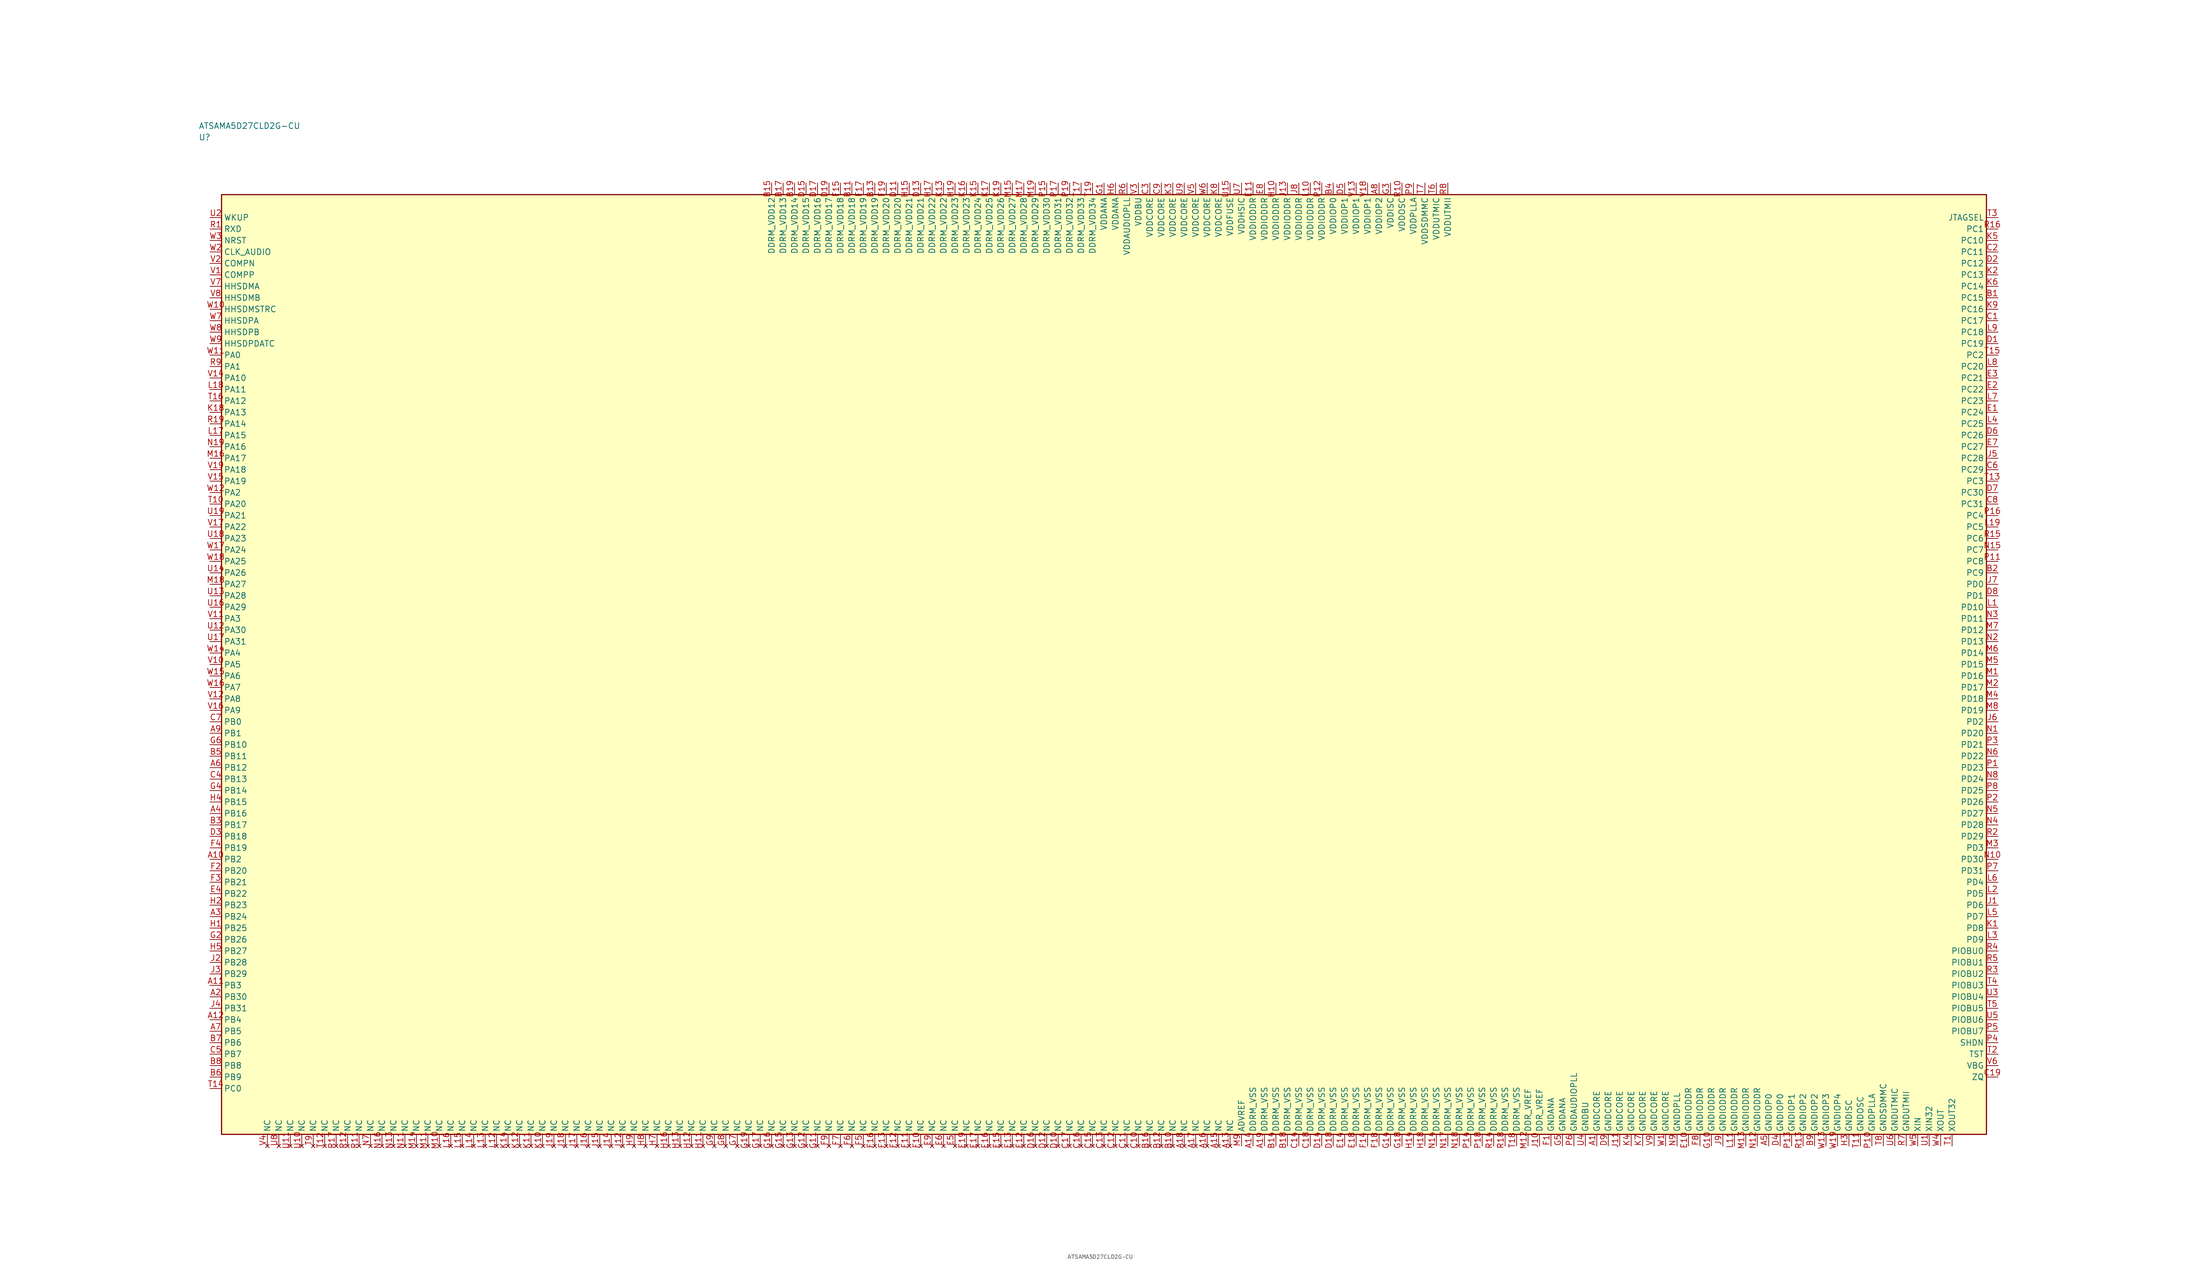
<source format=kicad_sym>
(kicad_symbol_lib
  (version 20241025)
  (generator "kicad_symbol_editor")
  (generator_version "8.0")
  (symbol "ATSAMA5D27CLD2G-CU"
    (property "Reference" "U"
      (at -197.5 115.0 0)
      (effects (font (size 1.27 1.27)) (justify left)))
    (property "Value" "ATSAMA5D27CLD2G-CU"
      (at -197.5 117.5 0)
      (effects (font (size 1.27 1.27)) (justify left)))
    (symbol "ATSAMA5D27CLD2G-CU_0_1"
      (rectangle (start -192.5 102.5) (end 192.5 -102.5) (stroke (width 0.254) (type default)) (fill (type background))))
    (symbol "ATSAMA5D27CLD2G-CU_1_1"
      (pin bidirectional line (at -195.04 67.5 0.0) (length 2.54) (name "PA0" (effects (font (size 1.27 1.27)))) (number "W11" (effects (font (size 1.27 1.27)))))
      (pin bidirectional line (at -195.04 65.0 0.0) (length 2.54) (name "PA1" (effects (font (size 1.27 1.27)))) (number "R9" (effects (font (size 1.27 1.27)))))
      (pin bidirectional line (at -195.04 37.5 0.0) (length 2.54) (name "PA2" (effects (font (size 1.27 1.27)))) (number "W12" (effects (font (size 1.27 1.27)))))
      (pin bidirectional line (at -195.04 10.0 0.0) (length 2.54) (name "PA3" (effects (font (size 1.27 1.27)))) (number "V11" (effects (font (size 1.27 1.27)))))
      (pin bidirectional line (at -195.04 2.5 0.0) (length 2.54) (name "PA4" (effects (font (size 1.27 1.27)))) (number "W14" (effects (font (size 1.27 1.27)))))
      (pin bidirectional line (at -195.04 0.0 0.0) (length 2.54) (name "PA5" (effects (font (size 1.27 1.27)))) (number "V10" (effects (font (size 1.27 1.27)))))
      (pin bidirectional line (at -195.04 -2.5 0.0) (length 2.54) (name "PA6" (effects (font (size 1.27 1.27)))) (number "W15" (effects (font (size 1.27 1.27)))))
      (pin bidirectional line (at -195.04 -5.0 0.0) (length 2.54) (name "PA7" (effects (font (size 1.27 1.27)))) (number "W16" (effects (font (size 1.27 1.27)))))
      (pin bidirectional line (at -195.04 -7.5 0.0) (length 2.54) (name "PA8" (effects (font (size 1.27 1.27)))) (number "V12" (effects (font (size 1.27 1.27)))))
      (pin bidirectional line (at -195.04 -10.0 0.0) (length 2.54) (name "PA9" (effects (font (size 1.27 1.27)))) (number "V16" (effects (font (size 1.27 1.27)))))
      (pin bidirectional line (at -195.04 62.5 0.0) (length 2.54) (name "PA10" (effects (font (size 1.27 1.27)))) (number "V14" (effects (font (size 1.27 1.27)))))
      (pin bidirectional line (at -195.04 60.0 0.0) (length 2.54) (name "PA11" (effects (font (size 1.27 1.27)))) (number "L18" (effects (font (size 1.27 1.27)))))
      (pin bidirectional line (at -195.04 57.5 0.0) (length 2.54) (name "PA12" (effects (font (size 1.27 1.27)))) (number "T16" (effects (font (size 1.27 1.27)))))
      (pin bidirectional line (at -195.04 55.0 0.0) (length 2.54) (name "PA13" (effects (font (size 1.27 1.27)))) (number "K18" (effects (font (size 1.27 1.27)))))
      (pin bidirectional line (at -195.04 52.5 0.0) (length 2.54) (name "PA14" (effects (font (size 1.27 1.27)))) (number "R19" (effects (font (size 1.27 1.27)))))
      (pin bidirectional line (at -195.04 50.0 0.0) (length 2.54) (name "PA15" (effects (font (size 1.27 1.27)))) (number "L17" (effects (font (size 1.27 1.27)))))
      (pin bidirectional line (at -195.04 47.5 0.0) (length 2.54) (name "PA16" (effects (font (size 1.27 1.27)))) (number "N19" (effects (font (size 1.27 1.27)))))
      (pin bidirectional line (at -195.04 45.0 0.0) (length 2.54) (name "PA17" (effects (font (size 1.27 1.27)))) (number "M16" (effects (font (size 1.27 1.27)))))
      (pin bidirectional line (at -195.04 42.5 0.0) (length 2.54) (name "PA18" (effects (font (size 1.27 1.27)))) (number "V19" (effects (font (size 1.27 1.27)))))
      (pin bidirectional line (at -195.04 40.0 0.0) (length 2.54) (name "PA19" (effects (font (size 1.27 1.27)))) (number "V15" (effects (font (size 1.27 1.27)))))
      (pin bidirectional line (at -195.04 35.0 0.0) (length 2.54) (name "PA20" (effects (font (size 1.27 1.27)))) (number "T10" (effects (font (size 1.27 1.27)))))
      (pin bidirectional line (at -195.04 32.5 0.0) (length 2.54) (name "PA21" (effects (font (size 1.27 1.27)))) (number "U19" (effects (font (size 1.27 1.27)))))
      (pin bidirectional line (at -195.04 30.0 0.0) (length 2.54) (name "PA22" (effects (font (size 1.27 1.27)))) (number "V17" (effects (font (size 1.27 1.27)))))
      (pin bidirectional line (at -195.04 27.5 0.0) (length 2.54) (name "PA23" (effects (font (size 1.27 1.27)))) (number "U18" (effects (font (size 1.27 1.27)))))
      (pin bidirectional line (at -195.04 25.0 0.0) (length 2.54) (name "PA24" (effects (font (size 1.27 1.27)))) (number "W17" (effects (font (size 1.27 1.27)))))
      (pin bidirectional line (at -195.04 22.5 0.0) (length 2.54) (name "PA25" (effects (font (size 1.27 1.27)))) (number "W18" (effects (font (size 1.27 1.27)))))
      (pin bidirectional line (at -195.04 20.0 0.0) (length 2.54) (name "PA26" (effects (font (size 1.27 1.27)))) (number "U14" (effects (font (size 1.27 1.27)))))
      (pin bidirectional line (at -195.04 17.5 0.0) (length 2.54) (name "PA27" (effects (font (size 1.27 1.27)))) (number "M18" (effects (font (size 1.27 1.27)))))
      (pin bidirectional line (at -195.04 15.0 0.0) (length 2.54) (name "PA28" (effects (font (size 1.27 1.27)))) (number "U13" (effects (font (size 1.27 1.27)))))
      (pin bidirectional line (at -195.04 12.5 0.0) (length 2.54) (name "PA29" (effects (font (size 1.27 1.27)))) (number "U16" (effects (font (size 1.27 1.27)))))
      (pin bidirectional line (at -195.04 7.5 0.0) (length 2.54) (name "PA30" (effects (font (size 1.27 1.27)))) (number "U12" (effects (font (size 1.27 1.27)))))
      (pin bidirectional line (at -195.04 5.0 0.0) (length 2.54) (name "PA31" (effects (font (size 1.27 1.27)))) (number "U17" (effects (font (size 1.27 1.27)))))
      (pin bidirectional line (at -195.04 -12.5 0.0) (length 2.54) (name "PB0" (effects (font (size 1.27 1.27)))) (number "C7" (effects (font (size 1.27 1.27)))))
      (pin bidirectional line (at -195.04 -15.0 0.0) (length 2.54) (name "PB1" (effects (font (size 1.27 1.27)))) (number "A9" (effects (font (size 1.27 1.27)))))
      (pin bidirectional line (at -195.04 -42.5 0.0) (length 2.54) (name "PB2" (effects (font (size 1.27 1.27)))) (number "A10" (effects (font (size 1.27 1.27)))))
      (pin bidirectional line (at -195.04 -70.0 0.0) (length 2.54) (name "PB3" (effects (font (size 1.27 1.27)))) (number "A11" (effects (font (size 1.27 1.27)))))
      (pin bidirectional line (at -195.04 -77.5 0.0) (length 2.54) (name "PB4" (effects (font (size 1.27 1.27)))) (number "A12" (effects (font (size 1.27 1.27)))))
      (pin bidirectional line (at -195.04 -80.0 0.0) (length 2.54) (name "PB5" (effects (font (size 1.27 1.27)))) (number "A7" (effects (font (size 1.27 1.27)))))
      (pin bidirectional line (at -195.04 -82.5 0.0) (length 2.54) (name "PB6" (effects (font (size 1.27 1.27)))) (number "B7" (effects (font (size 1.27 1.27)))))
      (pin bidirectional line (at -195.04 -85.0 0.0) (length 2.54) (name "PB7" (effects (font (size 1.27 1.27)))) (number "C5" (effects (font (size 1.27 1.27)))))
      (pin bidirectional line (at -195.04 -87.5 0.0) (length 2.54) (name "PB8" (effects (font (size 1.27 1.27)))) (number "B8" (effects (font (size 1.27 1.27)))))
      (pin bidirectional line (at -195.04 -90.0 0.0) (length 2.54) (name "PB9" (effects (font (size 1.27 1.27)))) (number "B6" (effects (font (size 1.27 1.27)))))
      (pin bidirectional line (at -195.04 -17.5 0.0) (length 2.54) (name "PB10" (effects (font (size 1.27 1.27)))) (number "G6" (effects (font (size 1.27 1.27)))))
      (pin bidirectional line (at -195.04 -20.0 0.0) (length 2.54) (name "PB11" (effects (font (size 1.27 1.27)))) (number "B5" (effects (font (size 1.27 1.27)))))
      (pin bidirectional line (at -195.04 -22.5 0.0) (length 2.54) (name "PB12" (effects (font (size 1.27 1.27)))) (number "A6" (effects (font (size 1.27 1.27)))))
      (pin bidirectional line (at -195.04 -25.0 0.0) (length 2.54) (name "PB13" (effects (font (size 1.27 1.27)))) (number "C4" (effects (font (size 1.27 1.27)))))
      (pin bidirectional line (at -195.04 -27.5 0.0) (length 2.54) (name "PB14" (effects (font (size 1.27 1.27)))) (number "G4" (effects (font (size 1.27 1.27)))))
      (pin bidirectional line (at -195.04 -30.0 0.0) (length 2.54) (name "PB15" (effects (font (size 1.27 1.27)))) (number "H4" (effects (font (size 1.27 1.27)))))
      (pin bidirectional line (at -195.04 -32.5 0.0) (length 2.54) (name "PB16" (effects (font (size 1.27 1.27)))) (number "A4" (effects (font (size 1.27 1.27)))))
      (pin bidirectional line (at -195.04 -35.0 0.0) (length 2.54) (name "PB17" (effects (font (size 1.27 1.27)))) (number "B3" (effects (font (size 1.27 1.27)))))
      (pin bidirectional line (at -195.04 -37.5 0.0) (length 2.54) (name "PB18" (effects (font (size 1.27 1.27)))) (number "D3" (effects (font (size 1.27 1.27)))))
      (pin bidirectional line (at -195.04 -40.0 0.0) (length 2.54) (name "PB19" (effects (font (size 1.27 1.27)))) (number "F4" (effects (font (size 1.27 1.27)))))
      (pin bidirectional line (at -195.04 -45.0 0.0) (length 2.54) (name "PB20" (effects (font (size 1.27 1.27)))) (number "F2" (effects (font (size 1.27 1.27)))))
      (pin bidirectional line (at -195.04 -47.5 0.0) (length 2.54) (name "PB21" (effects (font (size 1.27 1.27)))) (number "F3" (effects (font (size 1.27 1.27)))))
      (pin bidirectional line (at -195.04 -50.0 0.0) (length 2.54) (name "PB22" (effects (font (size 1.27 1.27)))) (number "E4" (effects (font (size 1.27 1.27)))))
      (pin bidirectional line (at -195.04 -52.5 0.0) (length 2.54) (name "PB23" (effects (font (size 1.27 1.27)))) (number "H2" (effects (font (size 1.27 1.27)))))
      (pin bidirectional line (at -195.04 -55.0 0.0) (length 2.54) (name "PB24" (effects (font (size 1.27 1.27)))) (number "A3" (effects (font (size 1.27 1.27)))))
      (pin bidirectional line (at -195.04 -57.5 0.0) (length 2.54) (name "PB25" (effects (font (size 1.27 1.27)))) (number "H1" (effects (font (size 1.27 1.27)))))
      (pin bidirectional line (at -195.04 -60.0 0.0) (length 2.54) (name "PB26" (effects (font (size 1.27 1.27)))) (number "G2" (effects (font (size 1.27 1.27)))))
      (pin bidirectional line (at -195.04 -62.5 0.0) (length 2.54) (name "PB27" (effects (font (size 1.27 1.27)))) (number "H5" (effects (font (size 1.27 1.27)))))
      (pin bidirectional line (at -195.04 -65.0 0.0) (length 2.54) (name "PB28" (effects (font (size 1.27 1.27)))) (number "J2" (effects (font (size 1.27 1.27)))))
      (pin bidirectional line (at -195.04 -67.5 0.0) (length 2.54) (name "PB29" (effects (font (size 1.27 1.27)))) (number "J3" (effects (font (size 1.27 1.27)))))
      (pin bidirectional line (at -195.04 -72.5 0.0) (length 2.54) (name "PB30" (effects (font (size 1.27 1.27)))) (number "A2" (effects (font (size 1.27 1.27)))))
      (pin bidirectional line (at -195.04 -75.0 0.0) (length 2.54) (name "PB31" (effects (font (size 1.27 1.27)))) (number "J4" (effects (font (size 1.27 1.27)))))
      (pin bidirectional line (at -195.04 -92.5 0.0) (length 2.54) (name "PC0" (effects (font (size 1.27 1.27)))) (number "T14" (effects (font (size 1.27 1.27)))))
      (pin bidirectional line (at 195.04 95.0 180.0) (length 2.54) (name "PC1" (effects (font (size 1.27 1.27)))) (number "R16" (effects (font (size 1.27 1.27)))))
      (pin bidirectional line (at 195.04 67.5 180.0) (length 2.54) (name "PC2" (effects (font (size 1.27 1.27)))) (number "T15" (effects (font (size 1.27 1.27)))))
      (pin bidirectional line (at 195.04 40.0 180.0) (length 2.54) (name "PC3" (effects (font (size 1.27 1.27)))) (number "T13" (effects (font (size 1.27 1.27)))))
      (pin bidirectional line (at 195.04 32.5 180.0) (length 2.54) (name "PC4" (effects (font (size 1.27 1.27)))) (number "P16" (effects (font (size 1.27 1.27)))))
      (pin bidirectional line (at 195.04 30.0 180.0) (length 2.54) (name "PC5" (effects (font (size 1.27 1.27)))) (number "L19" (effects (font (size 1.27 1.27)))))
      (pin bidirectional line (at 195.04 27.5 180.0) (length 2.54) (name "PC6" (effects (font (size 1.27 1.27)))) (number "R15" (effects (font (size 1.27 1.27)))))
      (pin bidirectional line (at 195.04 25.0 180.0) (length 2.54) (name "PC7" (effects (font (size 1.27 1.27)))) (number "N15" (effects (font (size 1.27 1.27)))))
      (pin bidirectional line (at 195.04 22.5 180.0) (length 2.54) (name "PC8" (effects (font (size 1.27 1.27)))) (number "P11" (effects (font (size 1.27 1.27)))))
      (pin bidirectional line (at 195.04 20.0 180.0) (length 2.54) (name "PC9" (effects (font (size 1.27 1.27)))) (number "B2" (effects (font (size 1.27 1.27)))))
      (pin bidirectional line (at 195.04 92.5 180.0) (length 2.54) (name "PC10" (effects (font (size 1.27 1.27)))) (number "K5" (effects (font (size 1.27 1.27)))))
      (pin bidirectional line (at 195.04 90.0 180.0) (length 2.54) (name "PC11" (effects (font (size 1.27 1.27)))) (number "C2" (effects (font (size 1.27 1.27)))))
      (pin bidirectional line (at 195.04 87.5 180.0) (length 2.54) (name "PC12" (effects (font (size 1.27 1.27)))) (number "D2" (effects (font (size 1.27 1.27)))))
      (pin bidirectional line (at 195.04 85.0 180.0) (length 2.54) (name "PC13" (effects (font (size 1.27 1.27)))) (number "K2" (effects (font (size 1.27 1.27)))))
      (pin bidirectional line (at 195.04 82.5 180.0) (length 2.54) (name "PC14" (effects (font (size 1.27 1.27)))) (number "K6" (effects (font (size 1.27 1.27)))))
      (pin bidirectional line (at 195.04 80.0 180.0) (length 2.54) (name "PC15" (effects (font (size 1.27 1.27)))) (number "B1" (effects (font (size 1.27 1.27)))))
      (pin bidirectional line (at 195.04 77.5 180.0) (length 2.54) (name "PC16" (effects (font (size 1.27 1.27)))) (number "K9" (effects (font (size 1.27 1.27)))))
      (pin bidirectional line (at 195.04 75.0 180.0) (length 2.54) (name "PC17" (effects (font (size 1.27 1.27)))) (number "C1" (effects (font (size 1.27 1.27)))))
      (pin bidirectional line (at 195.04 72.5 180.0) (length 2.54) (name "PC18" (effects (font (size 1.27 1.27)))) (number "L9" (effects (font (size 1.27 1.27)))))
      (pin bidirectional line (at 195.04 70.0 180.0) (length 2.54) (name "PC19" (effects (font (size 1.27 1.27)))) (number "D1" (effects (font (size 1.27 1.27)))))
      (pin bidirectional line (at 195.04 65.0 180.0) (length 2.54) (name "PC20" (effects (font (size 1.27 1.27)))) (number "L8" (effects (font (size 1.27 1.27)))))
      (pin bidirectional line (at 195.04 62.5 180.0) (length 2.54) (name "PC21" (effects (font (size 1.27 1.27)))) (number "E3" (effects (font (size 1.27 1.27)))))
      (pin bidirectional line (at 195.04 60.0 180.0) (length 2.54) (name "PC22" (effects (font (size 1.27 1.27)))) (number "E2" (effects (font (size 1.27 1.27)))))
      (pin bidirectional line (at 195.04 57.5 180.0) (length 2.54) (name "PC23" (effects (font (size 1.27 1.27)))) (number "L7" (effects (font (size 1.27 1.27)))))
      (pin bidirectional line (at 195.04 55.0 180.0) (length 2.54) (name "PC24" (effects (font (size 1.27 1.27)))) (number "E1" (effects (font (size 1.27 1.27)))))
      (pin bidirectional line (at 195.04 52.5 180.0) (length 2.54) (name "PC25" (effects (font (size 1.27 1.27)))) (number "L4" (effects (font (size 1.27 1.27)))))
      (pin bidirectional line (at 195.04 50.0 180.0) (length 2.54) (name "PC26" (effects (font (size 1.27 1.27)))) (number "D6" (effects (font (size 1.27 1.27)))))
      (pin bidirectional line (at 195.04 47.5 180.0) (length 2.54) (name "PC27" (effects (font (size 1.27 1.27)))) (number "E7" (effects (font (size 1.27 1.27)))))
      (pin bidirectional line (at 195.04 45.0 180.0) (length 2.54) (name "PC28" (effects (font (size 1.27 1.27)))) (number "J5" (effects (font (size 1.27 1.27)))))
      (pin bidirectional line (at 195.04 42.5 180.0) (length 2.54) (name "PC29" (effects (font (size 1.27 1.27)))) (number "C6" (effects (font (size 1.27 1.27)))))
      (pin bidirectional line (at 195.04 37.5 180.0) (length 2.54) (name "PC30" (effects (font (size 1.27 1.27)))) (number "D7" (effects (font (size 1.27 1.27)))))
      (pin bidirectional line (at 195.04 35.0 180.0) (length 2.54) (name "PC31" (effects (font (size 1.27 1.27)))) (number "C8" (effects (font (size 1.27 1.27)))))
      (pin bidirectional line (at 195.04 17.5 180.0) (length 2.54) (name "PD0" (effects (font (size 1.27 1.27)))) (number "J7" (effects (font (size 1.27 1.27)))))
      (pin bidirectional line (at 195.04 15.0 180.0) (length 2.54) (name "PD1" (effects (font (size 1.27 1.27)))) (number "D8" (effects (font (size 1.27 1.27)))))
      (pin bidirectional line (at 195.04 -12.5 180.0) (length 2.54) (name "PD2" (effects (font (size 1.27 1.27)))) (number "J6" (effects (font (size 1.27 1.27)))))
      (pin bidirectional line (at 195.04 -40.0 180.0) (length 2.54) (name "PD3" (effects (font (size 1.27 1.27)))) (number "M3" (effects (font (size 1.27 1.27)))))
      (pin bidirectional line (at 195.04 -47.5 180.0) (length 2.54) (name "PD4" (effects (font (size 1.27 1.27)))) (number "L6" (effects (font (size 1.27 1.27)))))
      (pin bidirectional line (at 195.04 -50.0 180.0) (length 2.54) (name "PD5" (effects (font (size 1.27 1.27)))) (number "L2" (effects (font (size 1.27 1.27)))))
      (pin bidirectional line (at 195.04 -52.5 180.0) (length 2.54) (name "PD6" (effects (font (size 1.27 1.27)))) (number "J1" (effects (font (size 1.27 1.27)))))
      (pin bidirectional line (at 195.04 -55.0 180.0) (length 2.54) (name "PD7" (effects (font (size 1.27 1.27)))) (number "L5" (effects (font (size 1.27 1.27)))))
      (pin bidirectional line (at 195.04 -57.5 180.0) (length 2.54) (name "PD8" (effects (font (size 1.27 1.27)))) (number "K1" (effects (font (size 1.27 1.27)))))
      (pin bidirectional line (at 195.04 -60.0 180.0) (length 2.54) (name "PD9" (effects (font (size 1.27 1.27)))) (number "L3" (effects (font (size 1.27 1.27)))))
      (pin bidirectional line (at 195.04 12.5 180.0) (length 2.54) (name "PD10" (effects (font (size 1.27 1.27)))) (number "L1" (effects (font (size 1.27 1.27)))))
      (pin bidirectional line (at 195.04 10.0 180.0) (length 2.54) (name "PD11" (effects (font (size 1.27 1.27)))) (number "N3" (effects (font (size 1.27 1.27)))))
      (pin bidirectional line (at 195.04 7.5 180.0) (length 2.54) (name "PD12" (effects (font (size 1.27 1.27)))) (number "M7" (effects (font (size 1.27 1.27)))))
      (pin bidirectional line (at 195.04 5.0 180.0) (length 2.54) (name "PD13" (effects (font (size 1.27 1.27)))) (number "N2" (effects (font (size 1.27 1.27)))))
      (pin bidirectional line (at 195.04 2.5 180.0) (length 2.54) (name "PD14" (effects (font (size 1.27 1.27)))) (number "M6" (effects (font (size 1.27 1.27)))))
      (pin bidirectional line (at 195.04 0.0 180.0) (length 2.54) (name "PD15" (effects (font (size 1.27 1.27)))) (number "M5" (effects (font (size 1.27 1.27)))))
      (pin bidirectional line (at 195.04 -2.5 180.0) (length 2.54) (name "PD16" (effects (font (size 1.27 1.27)))) (number "M1" (effects (font (size 1.27 1.27)))))
      (pin bidirectional line (at 195.04 -5.0 180.0) (length 2.54) (name "PD17" (effects (font (size 1.27 1.27)))) (number "M2" (effects (font (size 1.27 1.27)))))
      (pin bidirectional line (at 195.04 -7.5 180.0) (length 2.54) (name "PD18" (effects (font (size 1.27 1.27)))) (number "M4" (effects (font (size 1.27 1.27)))))
      (pin bidirectional line (at 195.04 -10.0 180.0) (length 2.54) (name "PD19" (effects (font (size 1.27 1.27)))) (number "M8" (effects (font (size 1.27 1.27)))))
      (pin bidirectional line (at 195.04 -15.0 180.0) (length 2.54) (name "PD20" (effects (font (size 1.27 1.27)))) (number "N1" (effects (font (size 1.27 1.27)))))
      (pin bidirectional line (at 195.04 -17.5 180.0) (length 2.54) (name "PD21" (effects (font (size 1.27 1.27)))) (number "P3" (effects (font (size 1.27 1.27)))))
      (pin bidirectional line (at 195.04 -20.0 180.0) (length 2.54) (name "PD22" (effects (font (size 1.27 1.27)))) (number "N6" (effects (font (size 1.27 1.27)))))
      (pin bidirectional line (at 195.04 -22.5 180.0) (length 2.54) (name "PD23" (effects (font (size 1.27 1.27)))) (number "P1" (effects (font (size 1.27 1.27)))))
      (pin bidirectional line (at 195.04 -25.0 180.0) (length 2.54) (name "PD24" (effects (font (size 1.27 1.27)))) (number "N8" (effects (font (size 1.27 1.27)))))
      (pin bidirectional line (at 195.04 -27.5 180.0) (length 2.54) (name "PD25" (effects (font (size 1.27 1.27)))) (number "P8" (effects (font (size 1.27 1.27)))))
      (pin bidirectional line (at 195.04 -30.0 180.0) (length 2.54) (name "PD26" (effects (font (size 1.27 1.27)))) (number "P2" (effects (font (size 1.27 1.27)))))
      (pin bidirectional line (at 195.04 -32.5 180.0) (length 2.54) (name "PD27" (effects (font (size 1.27 1.27)))) (number "N5" (effects (font (size 1.27 1.27)))))
      (pin bidirectional line (at 195.04 -35.0 180.0) (length 2.54) (name "PD28" (effects (font (size 1.27 1.27)))) (number "N4" (effects (font (size 1.27 1.27)))))
      (pin bidirectional line (at 195.04 -37.5 180.0) (length 2.54) (name "PD29" (effects (font (size 1.27 1.27)))) (number "R2" (effects (font (size 1.27 1.27)))))
      (pin bidirectional line (at 195.04 -42.5 180.0) (length 2.54) (name "PD30" (effects (font (size 1.27 1.27)))) (number "N10" (effects (font (size 1.27 1.27)))))
      (pin bidirectional line (at 195.04 -45.0 180.0) (length 2.54) (name "PD31" (effects (font (size 1.27 1.27)))) (number "P7" (effects (font (size 1.27 1.27)))))
      (pin passive line (at 30.0 -105.04 90.0) (length 2.54) (name "ADVREF" (effects (font (size 1.27 1.27)))) (number "M9" (effects (font (size 1.27 1.27)))))
      (pin power_in line (at 0.0 105.04 270.0) (length 2.54) (name "VDDANA" (effects (font (size 1.27 1.27)))) (number "G1" (effects (font (size 1.27 1.27)))))
      (pin power_in line (at 2.5 105.04 270.0) (length 2.54) (name "VDDANA" (effects (font (size 1.27 1.27)))) (number "H6" (effects (font (size 1.27 1.27)))))
      (pin passive line (at 97.5 -105.04 90.0) (length 2.54) (name "GNDANA" (effects (font (size 1.27 1.27)))) (number "F1" (effects (font (size 1.27 1.27)))))
      (pin passive line (at 100.0 -105.04 90.0) (length 2.54) (name "GNDANA" (effects (font (size 1.27 1.27)))) (number "G5" (effects (font (size 1.27 1.27)))))
      (pin passive line (at 92.5 -105.04 90.0) (length 2.54) (name "DDR_VREF" (effects (font (size 1.27 1.27)))) (number "M12" (effects (font (size 1.27 1.27)))))
      (pin passive line (at 95.0 -105.04 90.0) (length 2.54) (name "DDR_VREF" (effects (font (size 1.27 1.27)))) (number "J10" (effects (font (size 1.27 1.27)))))
      (pin bidirectional line (at 195.04 -90.0 180.0) (length 2.54) (name "ZQ" (effects (font (size 1.27 1.27)))) (number "C19" (effects (font (size 1.27 1.27)))))
      (pin power_in line (at 32.5 105.04 270.0) (length 2.54) (name "VDDIODDR" (effects (font (size 1.27 1.27)))) (number "E11" (effects (font (size 1.27 1.27)))))
      (pin power_in line (at 35.0 105.04 270.0) (length 2.54) (name "VDDIODDR" (effects (font (size 1.27 1.27)))) (number "E8" (effects (font (size 1.27 1.27)))))
      (pin power_in line (at 37.5 105.04 270.0) (length 2.54) (name "VDDIODDR" (effects (font (size 1.27 1.27)))) (number "H10" (effects (font (size 1.27 1.27)))))
      (pin power_in line (at 40.0 105.04 270.0) (length 2.54) (name "VDDIODDR" (effects (font (size 1.27 1.27)))) (number "J13" (effects (font (size 1.27 1.27)))))
      (pin power_in line (at 42.5 105.04 270.0) (length 2.54) (name "VDDIODDR" (effects (font (size 1.27 1.27)))) (number "J8" (effects (font (size 1.27 1.27)))))
      (pin power_in line (at 45.0 105.04 270.0) (length 2.54) (name "VDDIODDR" (effects (font (size 1.27 1.27)))) (number "L10" (effects (font (size 1.27 1.27)))))
      (pin power_in line (at 47.5 105.04 270.0) (length 2.54) (name "VDDIODDR" (effects (font (size 1.27 1.27)))) (number "P12" (effects (font (size 1.27 1.27)))))
      (pin passive line (at 127.5 -105.04 90.0) (length 2.54) (name "GNDIODDR" (effects (font (size 1.27 1.27)))) (number "E10" (effects (font (size 1.27 1.27)))))
      (pin passive line (at 130.0 -105.04 90.0) (length 2.54) (name "GNDIODDR" (effects (font (size 1.27 1.27)))) (number "F8" (effects (font (size 1.27 1.27)))))
      (pin passive line (at 132.5 -105.04 90.0) (length 2.54) (name "GNDIODDR" (effects (font (size 1.27 1.27)))) (number "G10" (effects (font (size 1.27 1.27)))))
      (pin passive line (at 135.0 -105.04 90.0) (length 2.54) (name "GNDIODDR" (effects (font (size 1.27 1.27)))) (number "J9" (effects (font (size 1.27 1.27)))))
      (pin passive line (at 137.5 -105.04 90.0) (length 2.54) (name "GNDIODDR" (effects (font (size 1.27 1.27)))) (number "L11" (effects (font (size 1.27 1.27)))))
      (pin passive line (at 140.0 -105.04 90.0) (length 2.54) (name "GNDIODDR" (effects (font (size 1.27 1.27)))) (number "M13" (effects (font (size 1.27 1.27)))))
      (pin passive line (at 142.5 -105.04 90.0) (length 2.54) (name "GNDIODDR" (effects (font (size 1.27 1.27)))) (number "N12" (effects (font (size 1.27 1.27)))))
      (pin power_in line (at 10.0 105.04 270.0) (length 2.54) (name "VDDCORE" (effects (font (size 1.27 1.27)))) (number "C3" (effects (font (size 1.27 1.27)))))
      (pin power_in line (at 12.5 105.04 270.0) (length 2.54) (name "VDDCORE" (effects (font (size 1.27 1.27)))) (number "C9" (effects (font (size 1.27 1.27)))))
      (pin power_in line (at 15.0 105.04 270.0) (length 2.54) (name "VDDCORE" (effects (font (size 1.27 1.27)))) (number "K3" (effects (font (size 1.27 1.27)))))
      (pin power_in line (at 17.5 105.04 270.0) (length 2.54) (name "VDDCORE" (effects (font (size 1.27 1.27)))) (number "U9" (effects (font (size 1.27 1.27)))))
      (pin power_in line (at 20.0 105.04 270.0) (length 2.54) (name "VDDCORE" (effects (font (size 1.27 1.27)))) (number "V5" (effects (font (size 1.27 1.27)))))
      (pin power_in line (at 22.5 105.04 270.0) (length 2.54) (name "VDDCORE" (effects (font (size 1.27 1.27)))) (number "W6" (effects (font (size 1.27 1.27)))))
      (pin power_in line (at 25.0 105.04 270.0) (length 2.54) (name "VDDCORE" (effects (font (size 1.27 1.27)))) (number "K8" (effects (font (size 1.27 1.27)))))
      (pin passive line (at 107.5 -105.04 90.0) (length 2.54) (name "GNDCORE" (effects (font (size 1.27 1.27)))) (number "A1" (effects (font (size 1.27 1.27)))))
      (pin passive line (at 110.0 -105.04 90.0) (length 2.54) (name "GNDCORE" (effects (font (size 1.27 1.27)))) (number "D9" (effects (font (size 1.27 1.27)))))
      (pin passive line (at 112.5 -105.04 90.0) (length 2.54) (name "GNDCORE" (effects (font (size 1.27 1.27)))) (number "J11" (effects (font (size 1.27 1.27)))))
      (pin passive line (at 115.0 -105.04 90.0) (length 2.54) (name "GNDCORE" (effects (font (size 1.27 1.27)))) (number "K4" (effects (font (size 1.27 1.27)))))
      (pin passive line (at 117.5 -105.04 90.0) (length 2.54) (name "GNDCORE" (effects (font (size 1.27 1.27)))) (number "K7" (effects (font (size 1.27 1.27)))))
      (pin passive line (at 120.0 -105.04 90.0) (length 2.54) (name "GNDCORE" (effects (font (size 1.27 1.27)))) (number "V9" (effects (font (size 1.27 1.27)))))
      (pin passive line (at 122.5 -105.04 90.0) (length 2.54) (name "GNDCORE" (effects (font (size 1.27 1.27)))) (number "W1" (effects (font (size 1.27 1.27)))))
      (pin power_in line (at 50.0 105.04 270.0) (length 2.54) (name "VDDIOP0" (effects (font (size 1.27 1.27)))) (number "B4" (effects (font (size 1.27 1.27)))))
      (pin power_in line (at 52.5 105.04 270.0) (length 2.54) (name "VDDIOP1" (effects (font (size 1.27 1.27)))) (number "D5" (effects (font (size 1.27 1.27)))))
      (pin passive line (at 145.0 -105.04 90.0) (length 2.54) (name "GNDIOP0" (effects (font (size 1.27 1.27)))) (number "A5" (effects (font (size 1.27 1.27)))))
      (pin passive line (at 147.5 -105.04 90.0) (length 2.54) (name "GNDIOP0" (effects (font (size 1.27 1.27)))) (number "D4" (effects (font (size 1.27 1.27)))))
      (pin power_in line (at 55.0 105.04 270.0) (length 2.54) (name "VDDIOP1" (effects (font (size 1.27 1.27)))) (number "V13" (effects (font (size 1.27 1.27)))))
      (pin power_in line (at 57.5 105.04 270.0) (length 2.54) (name "VDDIOP1" (effects (font (size 1.27 1.27)))) (number "V18" (effects (font (size 1.27 1.27)))))
      (pin passive line (at 150.0 -105.04 90.0) (length 2.54) (name "GNDIOP1" (effects (font (size 1.27 1.27)))) (number "P13" (effects (font (size 1.27 1.27)))))
      (pin passive line (at 152.5 -105.04 90.0) (length 2.54) (name "GNDIOP2" (effects (font (size 1.27 1.27)))) (number "R13" (effects (font (size 1.27 1.27)))))
      (pin passive line (at 157.5 -105.04 90.0) (length 2.54) (name "GNDIOP3" (effects (font (size 1.27 1.27)))) (number "W13" (effects (font (size 1.27 1.27)))))
      (pin passive line (at 160.0 -105.04 90.0) (length 2.54) (name "GNDIOP4" (effects (font (size 1.27 1.27)))) (number "W19" (effects (font (size 1.27 1.27)))))
      (pin power_in line (at 60.0 105.04 270.0) (length 2.54) (name "VDDIOP2" (effects (font (size 1.27 1.27)))) (number "A8" (effects (font (size 1.27 1.27)))))
      (pin passive line (at 155.0 -105.04 90.0) (length 2.54) (name "GNDIOP2" (effects (font (size 1.27 1.27)))) (number "B9" (effects (font (size 1.27 1.27)))))
      (pin power_in line (at 70.0 105.04 270.0) (length 2.54) (name "VDDSDMMC" (effects (font (size 1.27 1.27)))) (number "T7" (effects (font (size 1.27 1.27)))))
      (pin passive line (at 170.0 -105.04 90.0) (length 2.54) (name "GNDSDMMC" (effects (font (size 1.27 1.27)))) (number "T8" (effects (font (size 1.27 1.27)))))
      (pin power_in line (at 62.5 105.04 270.0) (length 2.54) (name "VDDISC" (effects (font (size 1.27 1.27)))) (number "G3" (effects (font (size 1.27 1.27)))))
      (pin passive line (at 162.5 -105.04 90.0) (length 2.54) (name "GNDISC" (effects (font (size 1.27 1.27)))) (number "H3" (effects (font (size 1.27 1.27)))))
      (pin power_in line (at 27.5 105.04 270.0) (length 2.54) (name "VDDFUSE" (effects (font (size 1.27 1.27)))) (number "U15" (effects (font (size 1.27 1.27)))))
      (pin power_in line (at 67.5 105.04 270.0) (length 2.54) (name "VDDPLLA" (effects (font (size 1.27 1.27)))) (number "P9" (effects (font (size 1.27 1.27)))))
      (pin passive line (at 167.5 -105.04 90.0) (length 2.54) (name "GNDPLLA" (effects (font (size 1.27 1.27)))) (number "P10" (effects (font (size 1.27 1.27)))))
      (pin power_in line (at 5.0 105.04 270.0) (length 2.54) (name "VDDAUDIOPLL" (effects (font (size 1.27 1.27)))) (number "R6" (effects (font (size 1.27 1.27)))))
      (pin passive line (at 125.0 -105.04 90.0) (length 2.54) (name "GNDDPLL" (effects (font (size 1.27 1.27)))) (number "N9" (effects (font (size 1.27 1.27)))))
      (pin passive line (at 102.5 -105.04 90.0) (length 2.54) (name "GNDAUDIOPLL" (effects (font (size 1.27 1.27)))) (number "P6" (effects (font (size 1.27 1.27)))))
      (pin bidirectional line (at -195.04 90.0 0.0) (length 2.54) (name "CLK_AUDIO" (effects (font (size 1.27 1.27)))) (number "W2" (effects (font (size 1.27 1.27)))))
      (pin passive line (at 177.5 -105.04 90.0) (length 2.54) (name "XIN" (effects (font (size 1.27 1.27)))) (number "W5" (effects (font (size 1.27 1.27)))))
      (pin passive line (at 182.5 -105.04 90.0) (length 2.54) (name "XOUT" (effects (font (size 1.27 1.27)))) (number "W4" (effects (font (size 1.27 1.27)))))
      (pin power_in line (at 65.0 105.04 270.0) (length 2.54) (name "VDDOSC" (effects (font (size 1.27 1.27)))) (number "R10" (effects (font (size 1.27 1.27)))))
      (pin passive line (at 165.0 -105.04 90.0) (length 2.54) (name "GNDOSC" (effects (font (size 1.27 1.27)))) (number "T11" (effects (font (size 1.27 1.27)))))
      (pin power_in line (at 75.0 105.04 270.0) (length 2.54) (name "VDDUTMII" (effects (font (size 1.27 1.27)))) (number "R8" (effects (font (size 1.27 1.27)))))
      (pin power_in line (at 30.0 105.04 270.0) (length 2.54) (name "VDDHSIC" (effects (font (size 1.27 1.27)))) (number "U7" (effects (font (size 1.27 1.27)))))
      (pin passive line (at 175.0 -105.04 90.0) (length 2.54) (name "GNDUTMII" (effects (font (size 1.27 1.27)))) (number "R7" (effects (font (size 1.27 1.27)))))
      (pin bidirectional line (at -195.04 75.0 0.0) (length 2.54) (name "HHSDPA" (effects (font (size 1.27 1.27)))) (number "W7" (effects (font (size 1.27 1.27)))))
      (pin bidirectional line (at -195.04 82.5 0.0) (length 2.54) (name "HHSDMA" (effects (font (size 1.27 1.27)))) (number "V7" (effects (font (size 1.27 1.27)))))
      (pin bidirectional line (at -195.04 72.5 0.0) (length 2.54) (name "HHSDPB" (effects (font (size 1.27 1.27)))) (number "W8" (effects (font (size 1.27 1.27)))))
      (pin bidirectional line (at -195.04 80.0 0.0) (length 2.54) (name "HHSDMB" (effects (font (size 1.27 1.27)))) (number "V8" (effects (font (size 1.27 1.27)))))
      (pin bidirectional line (at -195.04 70.0 0.0) (length 2.54) (name "HHSDPDATC" (effects (font (size 1.27 1.27)))) (number "W9" (effects (font (size 1.27 1.27)))))
      (pin bidirectional line (at -195.04 77.5 0.0) (length 2.54) (name "HHSDMSTRC" (effects (font (size 1.27 1.27)))) (number "W10" (effects (font (size 1.27 1.27)))))
      (pin power_in line (at 72.5 105.04 270.0) (length 2.54) (name "VDDUTMIC" (effects (font (size 1.27 1.27)))) (number "T6" (effects (font (size 1.27 1.27)))))
      (pin passive line (at 172.5 -105.04 90.0) (length 2.54) (name "GNDUTMIC" (effects (font (size 1.27 1.27)))) (number "U6" (effects (font (size 1.27 1.27)))))
      (pin bidirectional line (at 195.04 -87.5 180.0) (length 2.54) (name "VBG" (effects (font (size 1.27 1.27)))) (number "V6" (effects (font (size 1.27 1.27)))))
      (pin bidirectional line (at 195.04 -85.0 180.0) (length 2.54) (name "TST" (effects (font (size 1.27 1.27)))) (number "T2" (effects (font (size 1.27 1.27)))))
      (pin input line (at -195.04 92.5 0.0) (length 2.54) (name "NRST" (effects (font (size 1.27 1.27)))) (number "W3" (effects (font (size 1.27 1.27)))))
      (pin output line (at 195.04 97.5 180.0) (length 2.54) (name "JTAGSEL" (effects (font (size 1.27 1.27)))) (number "T3" (effects (font (size 1.27 1.27)))))
      (pin input line (at -195.04 97.5 0.0) (length 2.54) (name "WKUP" (effects (font (size 1.27 1.27)))) (number "U2" (effects (font (size 1.27 1.27)))))
      (pin input line (at -195.04 95.0 0.0) (length 2.54) (name "RXD" (effects (font (size 1.27 1.27)))) (number "R1" (effects (font (size 1.27 1.27)))))
      (pin bidirectional line (at 195.04 -82.5 180.0) (length 2.54) (name "SHDN" (effects (font (size 1.27 1.27)))) (number "P4" (effects (font (size 1.27 1.27)))))
      (pin bidirectional line (at 195.04 -62.5 180.0) (length 2.54) (name "PIOBU0" (effects (font (size 1.27 1.27)))) (number "R4" (effects (font (size 1.27 1.27)))))
      (pin bidirectional line (at 195.04 -65.0 180.0) (length 2.54) (name "PIOBU1" (effects (font (size 1.27 1.27)))) (number "R5" (effects (font (size 1.27 1.27)))))
      (pin bidirectional line (at 195.04 -67.5 180.0) (length 2.54) (name "PIOBU2" (effects (font (size 1.27 1.27)))) (number "R3" (effects (font (size 1.27 1.27)))))
      (pin bidirectional line (at 195.04 -70.0 180.0) (length 2.54) (name "PIOBU3" (effects (font (size 1.27 1.27)))) (number "T4" (effects (font (size 1.27 1.27)))))
      (pin bidirectional line (at 195.04 -72.5 180.0) (length 2.54) (name "PIOBU4" (effects (font (size 1.27 1.27)))) (number "U3" (effects (font (size 1.27 1.27)))))
      (pin bidirectional line (at 195.04 -75.0 180.0) (length 2.54) (name "PIOBU5" (effects (font (size 1.27 1.27)))) (number "T5" (effects (font (size 1.27 1.27)))))
      (pin bidirectional line (at 195.04 -77.5 180.0) (length 2.54) (name "PIOBU6" (effects (font (size 1.27 1.27)))) (number "U5" (effects (font (size 1.27 1.27)))))
      (pin bidirectional line (at 195.04 -80.0 180.0) (length 2.54) (name "PIOBU7" (effects (font (size 1.27 1.27)))) (number "P5" (effects (font (size 1.27 1.27)))))
      (pin power_in line (at 7.5 105.04 270.0) (length 2.54) (name "VDDBU" (effects (font (size 1.27 1.27)))) (number "V3" (effects (font (size 1.27 1.27)))))
      (pin passive line (at 105.0 -105.04 90.0) (length 2.54) (name "GNDBU" (effects (font (size 1.27 1.27)))) (number "U4" (effects (font (size 1.27 1.27)))))
      (pin passive line (at 180.0 -105.04 90.0) (length 2.54) (name "XIN32" (effects (font (size 1.27 1.27)))) (number "U1" (effects (font (size 1.27 1.27)))))
      (pin passive line (at 185.0 -105.04 90.0) (length 2.54) (name "XOUT32" (effects (font (size 1.27 1.27)))) (number "T1" (effects (font (size 1.27 1.27)))))
      (pin bidirectional line (at -195.04 85.0 0.0) (length 2.54) (name "COMPP" (effects (font (size 1.27 1.27)))) (number "V1" (effects (font (size 1.27 1.27)))))
      (pin bidirectional line (at -195.04 87.5 0.0) (length 2.54) (name "COMPN" (effects (font (size 1.27 1.27)))) (number "V2" (effects (font (size 1.27 1.27)))))
      (pin passive line (at 32.5 -105.04 90.0) (length 2.54) (name "DDRM_VSS" (effects (font (size 1.27 1.27)))) (number "A14" (effects (font (size 1.27 1.27)))))
      (pin passive line (at 35.0 -105.04 90.0) (length 2.54) (name "DDRM_VSS" (effects (font (size 1.27 1.27)))) (number "A19" (effects (font (size 1.27 1.27)))))
      (pin passive line (at 37.5 -105.04 90.0) (length 2.54) (name "DDRM_VSS" (effects (font (size 1.27 1.27)))) (number "B14" (effects (font (size 1.27 1.27)))))
      (pin passive line (at 40.0 -105.04 90.0) (length 2.54) (name "DDRM_VSS" (effects (font (size 1.27 1.27)))) (number "B18" (effects (font (size 1.27 1.27)))))
      (pin passive line (at 42.5 -105.04 90.0) (length 2.54) (name "DDRM_VSS" (effects (font (size 1.27 1.27)))) (number "C14" (effects (font (size 1.27 1.27)))))
      (pin passive line (at 45.0 -105.04 90.0) (length 2.54) (name "DDRM_VSS" (effects (font (size 1.27 1.27)))) (number "C18" (effects (font (size 1.27 1.27)))))
      (pin passive line (at 47.5 -105.04 90.0) (length 2.54) (name "DDRM_VSS" (effects (font (size 1.27 1.27)))) (number "D14" (effects (font (size 1.27 1.27)))))
      (pin passive line (at 50.0 -105.04 90.0) (length 2.54) (name "DDRM_VSS" (effects (font (size 1.27 1.27)))) (number "D18" (effects (font (size 1.27 1.27)))))
      (pin passive line (at 52.5 -105.04 90.0) (length 2.54) (name "DDRM_VSS" (effects (font (size 1.27 1.27)))) (number "E14" (effects (font (size 1.27 1.27)))))
      (pin passive line (at 55.0 -105.04 90.0) (length 2.54) (name "DDRM_VSS" (effects (font (size 1.27 1.27)))) (number "E18" (effects (font (size 1.27 1.27)))))
      (pin passive line (at 57.5 -105.04 90.0) (length 2.54) (name "DDRM_VSS" (effects (font (size 1.27 1.27)))) (number "F14" (effects (font (size 1.27 1.27)))))
      (pin passive line (at 60.0 -105.04 90.0) (length 2.54) (name "DDRM_VSS" (effects (font (size 1.27 1.27)))) (number "F18" (effects (font (size 1.27 1.27)))))
      (pin passive line (at 62.5 -105.04 90.0) (length 2.54) (name "DDRM_VSS" (effects (font (size 1.27 1.27)))) (number "G14" (effects (font (size 1.27 1.27)))))
      (pin passive line (at 65.0 -105.04 90.0) (length 2.54) (name "DDRM_VSS" (effects (font (size 1.27 1.27)))) (number "G18" (effects (font (size 1.27 1.27)))))
      (pin passive line (at 67.5 -105.04 90.0) (length 2.54) (name "DDRM_VSS" (effects (font (size 1.27 1.27)))) (number "H14" (effects (font (size 1.27 1.27)))))
      (pin passive line (at 70.0 -105.04 90.0) (length 2.54) (name "DDRM_VSS" (effects (font (size 1.27 1.27)))) (number "H18" (effects (font (size 1.27 1.27)))))
      (pin passive line (at 72.5 -105.04 90.0) (length 2.54) (name "DDRM_VSS" (effects (font (size 1.27 1.27)))) (number "N14" (effects (font (size 1.27 1.27)))))
      (pin passive line (at 75.0 -105.04 90.0) (length 2.54) (name "DDRM_VSS" (effects (font (size 1.27 1.27)))) (number "N17" (effects (font (size 1.27 1.27)))))
      (pin passive line (at 77.5 -105.04 90.0) (length 2.54) (name "DDRM_VSS" (effects (font (size 1.27 1.27)))) (number "N18" (effects (font (size 1.27 1.27)))))
      (pin passive line (at 80.0 -105.04 90.0) (length 2.54) (name "DDRM_VSS" (effects (font (size 1.27 1.27)))) (number "P14" (effects (font (size 1.27 1.27)))))
      (pin passive line (at 82.5 -105.04 90.0) (length 2.54) (name "DDRM_VSS" (effects (font (size 1.27 1.27)))) (number "P18" (effects (font (size 1.27 1.27)))))
      (pin passive line (at 85.0 -105.04 90.0) (length 2.54) (name "DDRM_VSS" (effects (font (size 1.27 1.27)))) (number "R14" (effects (font (size 1.27 1.27)))))
      (pin passive line (at 87.5 -105.04 90.0) (length 2.54) (name "DDRM_VSS" (effects (font (size 1.27 1.27)))) (number "R18" (effects (font (size 1.27 1.27)))))
      (pin passive line (at 90.0 -105.04 90.0) (length 2.54) (name "DDRM_VSS" (effects (font (size 1.27 1.27)))) (number "T18" (effects (font (size 1.27 1.27)))))
      (pin power_in line (at -72.5 105.04 270.0) (length 2.54) (name "DDRM_VDD12" (effects (font (size 1.27 1.27)))) (number "B15" (effects (font (size 1.27 1.27)))))
      (pin power_in line (at -70.0 105.04 270.0) (length 2.54) (name "DDRM_VDD13" (effects (font (size 1.27 1.27)))) (number "B17" (effects (font (size 1.27 1.27)))))
      (pin power_in line (at -67.5 105.04 270.0) (length 2.54) (name "DDRM_VDD14" (effects (font (size 1.27 1.27)))) (number "B19" (effects (font (size 1.27 1.27)))))
      (pin power_in line (at -65.0 105.04 270.0) (length 2.54) (name "DDRM_VDD15" (effects (font (size 1.27 1.27)))) (number "D15" (effects (font (size 1.27 1.27)))))
      (pin power_in line (at -62.5 105.04 270.0) (length 2.54) (name "DDRM_VDD16" (effects (font (size 1.27 1.27)))) (number "D17" (effects (font (size 1.27 1.27)))))
      (pin power_in line (at -60.0 105.04 270.0) (length 2.54) (name "DDRM_VDD17" (effects (font (size 1.27 1.27)))) (number "D19" (effects (font (size 1.27 1.27)))))
      (pin power_in line (at -57.5 105.04 270.0) (length 2.54) (name "DDRM_VDD18" (effects (font (size 1.27 1.27)))) (number "F15" (effects (font (size 1.27 1.27)))))
      (pin power_in line (at -52.5 105.04 270.0) (length 2.54) (name "DDRM_VDD19" (effects (font (size 1.27 1.27)))) (number "F17" (effects (font (size 1.27 1.27)))))
      (pin power_in line (at -47.5 105.04 270.0) (length 2.54) (name "DDRM_VDD20" (effects (font (size 1.27 1.27)))) (number "F19" (effects (font (size 1.27 1.27)))))
      (pin power_in line (at -42.5 105.04 270.0) (length 2.54) (name "DDRM_VDD21" (effects (font (size 1.27 1.27)))) (number "H15" (effects (font (size 1.27 1.27)))))
      (pin power_in line (at -37.5 105.04 270.0) (length 2.54) (name "DDRM_VDD22" (effects (font (size 1.27 1.27)))) (number "H17" (effects (font (size 1.27 1.27)))))
      (pin power_in line (at -32.5 105.04 270.0) (length 2.54) (name "DDRM_VDD23" (effects (font (size 1.27 1.27)))) (number "H19" (effects (font (size 1.27 1.27)))))
      (pin power_in line (at -27.5 105.04 270.0) (length 2.54) (name "DDRM_VDD24" (effects (font (size 1.27 1.27)))) (number "K15" (effects (font (size 1.27 1.27)))))
      (pin power_in line (at -25.0 105.04 270.0) (length 2.54) (name "DDRM_VDD25" (effects (font (size 1.27 1.27)))) (number "K17" (effects (font (size 1.27 1.27)))))
      (pin power_in line (at -22.5 105.04 270.0) (length 2.54) (name "DDRM_VDD26" (effects (font (size 1.27 1.27)))) (number "K19" (effects (font (size 1.27 1.27)))))
      (pin power_in line (at -20.0 105.04 270.0) (length 2.54) (name "DDRM_VDD27" (effects (font (size 1.27 1.27)))) (number "M15" (effects (font (size 1.27 1.27)))))
      (pin power_in line (at -17.5 105.04 270.0) (length 2.54) (name "DDRM_VDD28" (effects (font (size 1.27 1.27)))) (number "M17" (effects (font (size 1.27 1.27)))))
      (pin power_in line (at -15.0 105.04 270.0) (length 2.54) (name "DDRM_VDD29" (effects (font (size 1.27 1.27)))) (number "M19" (effects (font (size 1.27 1.27)))))
      (pin power_in line (at -12.5 105.04 270.0) (length 2.54) (name "DDRM_VDD30" (effects (font (size 1.27 1.27)))) (number "P15" (effects (font (size 1.27 1.27)))))
      (pin power_in line (at -10.0 105.04 270.0) (length 2.54) (name "DDRM_VDD31" (effects (font (size 1.27 1.27)))) (number "P17" (effects (font (size 1.27 1.27)))))
      (pin power_in line (at -7.5 105.04 270.0) (length 2.54) (name "DDRM_VDD32" (effects (font (size 1.27 1.27)))) (number "P19" (effects (font (size 1.27 1.27)))))
      (pin power_in line (at -5.0 105.04 270.0) (length 2.54) (name "DDRM_VDD33" (effects (font (size 1.27 1.27)))) (number "T17" (effects (font (size 1.27 1.27)))))
      (pin power_in line (at -2.5 105.04 270.0) (length 2.54) (name "DDRM_VDD34" (effects (font (size 1.27 1.27)))) (number "T19" (effects (font (size 1.27 1.27)))))
      (pin power_in line (at -55.0 105.04 270.0) (length 2.54) (name "DDRM_VDD18" (effects (font (size 1.27 1.27)))) (number "B11" (effects (font (size 1.27 1.27)))))
      (pin power_in line (at -50.0 105.04 270.0) (length 2.54) (name "DDRM_VDD19" (effects (font (size 1.27 1.27)))) (number "B13" (effects (font (size 1.27 1.27)))))
      (pin power_in line (at -45.0 105.04 270.0) (length 2.54) (name "DDRM_VDD20" (effects (font (size 1.27 1.27)))) (number "D11" (effects (font (size 1.27 1.27)))))
      (pin power_in line (at -40.0 105.04 270.0) (length 2.54) (name "DDRM_VDD21" (effects (font (size 1.27 1.27)))) (number "D13" (effects (font (size 1.27 1.27)))))
      (pin power_in line (at -35.0 105.04 270.0) (length 2.54) (name "DDRM_VDD22" (effects (font (size 1.27 1.27)))) (number "K13" (effects (font (size 1.27 1.27)))))
      (pin power_in line (at -30.0 105.04 270.0) (length 2.54) (name "DDRM_VDD23" (effects (font (size 1.27 1.27)))) (number "K16" (effects (font (size 1.27 1.27)))))
      (pin no_connect line (at 27.5 -105.04 90.0) (length 2.54) (name "NC" (effects (font (size 1.27 1.27)))) (number "A13" (effects (font (size 1.27 1.27)))))
      (pin no_connect line (at 25.0 -105.04 90.0) (length 2.54) (name "NC" (effects (font (size 1.27 1.27)))) (number "A15" (effects (font (size 1.27 1.27)))))
      (pin no_connect line (at 22.5 -105.04 90.0) (length 2.54) (name "NC" (effects (font (size 1.27 1.27)))) (number "A16" (effects (font (size 1.27 1.27)))))
      (pin no_connect line (at 20.0 -105.04 90.0) (length 2.54) (name "NC" (effects (font (size 1.27 1.27)))) (number "A17" (effects (font (size 1.27 1.27)))))
      (pin no_connect line (at 17.5 -105.04 90.0) (length 2.54) (name "NC" (effects (font (size 1.27 1.27)))) (number "A18" (effects (font (size 1.27 1.27)))))
      (pin no_connect line (at 15.0 -105.04 90.0) (length 2.54) (name "NC" (effects (font (size 1.27 1.27)))) (number "B10" (effects (font (size 1.27 1.27)))))
      (pin no_connect line (at 12.5 -105.04 90.0) (length 2.54) (name "NC" (effects (font (size 1.27 1.27)))) (number "B12" (effects (font (size 1.27 1.27)))))
      (pin no_connect line (at 10.0 -105.04 90.0) (length 2.54) (name "NC" (effects (font (size 1.27 1.27)))) (number "B16" (effects (font (size 1.27 1.27)))))
      (pin no_connect line (at 7.5 -105.04 90.0) (length 2.54) (name "NC" (effects (font (size 1.27 1.27)))) (number "C10" (effects (font (size 1.27 1.27)))))
      (pin no_connect line (at 5.0 -105.04 90.0) (length 2.54) (name "NC" (effects (font (size 1.27 1.27)))) (number "C11" (effects (font (size 1.27 1.27)))))
      (pin no_connect line (at 2.5 -105.04 90.0) (length 2.54) (name "NC" (effects (font (size 1.27 1.27)))) (number "C12" (effects (font (size 1.27 1.27)))))
      (pin no_connect line (at 0.0 -105.04 90.0) (length 2.54) (name "NC" (effects (font (size 1.27 1.27)))) (number "C13" (effects (font (size 1.27 1.27)))))
      (pin no_connect line (at -2.5 -105.04 90.0) (length 2.54) (name "NC" (effects (font (size 1.27 1.27)))) (number "C15" (effects (font (size 1.27 1.27)))))
      (pin no_connect line (at -5.0 -105.04 90.0) (length 2.54) (name "NC" (effects (font (size 1.27 1.27)))) (number "C16" (effects (font (size 1.27 1.27)))))
      (pin no_connect line (at -7.5 -105.04 90.0) (length 2.54) (name "NC" (effects (font (size 1.27 1.27)))) (number "C17" (effects (font (size 1.27 1.27)))))
      (pin no_connect line (at -10.0 -105.04 90.0) (length 2.54) (name "NC" (effects (font (size 1.27 1.27)))) (number "D10" (effects (font (size 1.27 1.27)))))
      (pin no_connect line (at -12.5 -105.04 90.0) (length 2.54) (name "NC" (effects (font (size 1.27 1.27)))) (number "D12" (effects (font (size 1.27 1.27)))))
      (pin no_connect line (at -15.0 -105.04 90.0) (length 2.54) (name "NC" (effects (font (size 1.27 1.27)))) (number "D16" (effects (font (size 1.27 1.27)))))
      (pin no_connect line (at -17.5 -105.04 90.0) (length 2.54) (name "NC" (effects (font (size 1.27 1.27)))) (number "E12" (effects (font (size 1.27 1.27)))))
      (pin no_connect line (at -20.0 -105.04 90.0) (length 2.54) (name "NC" (effects (font (size 1.27 1.27)))) (number "E13" (effects (font (size 1.27 1.27)))))
      (pin no_connect line (at -22.5 -105.04 90.0) (length 2.54) (name "NC" (effects (font (size 1.27 1.27)))) (number "E15" (effects (font (size 1.27 1.27)))))
      (pin no_connect line (at -25.0 -105.04 90.0) (length 2.54) (name "NC" (effects (font (size 1.27 1.27)))) (number "E16" (effects (font (size 1.27 1.27)))))
      (pin no_connect line (at -27.5 -105.04 90.0) (length 2.54) (name "NC" (effects (font (size 1.27 1.27)))) (number "E17" (effects (font (size 1.27 1.27)))))
      (pin no_connect line (at -30.0 -105.04 90.0) (length 2.54) (name "NC" (effects (font (size 1.27 1.27)))) (number "E19" (effects (font (size 1.27 1.27)))))
      (pin no_connect line (at -32.5 -105.04 90.0) (length 2.54) (name "NC" (effects (font (size 1.27 1.27)))) (number "E5" (effects (font (size 1.27 1.27)))))
      (pin no_connect line (at -35.0 -105.04 90.0) (length 2.54) (name "NC" (effects (font (size 1.27 1.27)))) (number "E6" (effects (font (size 1.27 1.27)))))
      (pin no_connect line (at -37.5 -105.04 90.0) (length 2.54) (name "NC" (effects (font (size 1.27 1.27)))) (number "E9" (effects (font (size 1.27 1.27)))))
      (pin no_connect line (at -40.0 -105.04 90.0) (length 2.54) (name "NC" (effects (font (size 1.27 1.27)))) (number "F10" (effects (font (size 1.27 1.27)))))
      (pin no_connect line (at -42.5 -105.04 90.0) (length 2.54) (name "NC" (effects (font (size 1.27 1.27)))) (number "F11" (effects (font (size 1.27 1.27)))))
      (pin no_connect line (at -45.0 -105.04 90.0) (length 2.54) (name "NC" (effects (font (size 1.27 1.27)))) (number "F12" (effects (font (size 1.27 1.27)))))
      (pin no_connect line (at -47.5 -105.04 90.0) (length 2.54) (name "NC" (effects (font (size 1.27 1.27)))) (number "F13" (effects (font (size 1.27 1.27)))))
      (pin no_connect line (at -50.0 -105.04 90.0) (length 2.54) (name "NC" (effects (font (size 1.27 1.27)))) (number "F16" (effects (font (size 1.27 1.27)))))
      (pin no_connect line (at -52.5 -105.04 90.0) (length 2.54) (name "NC" (effects (font (size 1.27 1.27)))) (number "F5" (effects (font (size 1.27 1.27)))))
      (pin no_connect line (at -55.0 -105.04 90.0) (length 2.54) (name "NC" (effects (font (size 1.27 1.27)))) (number "F6" (effects (font (size 1.27 1.27)))))
      (pin no_connect line (at -57.5 -105.04 90.0) (length 2.54) (name "NC" (effects (font (size 1.27 1.27)))) (number "F7" (effects (font (size 1.27 1.27)))))
      (pin no_connect line (at -60.0 -105.04 90.0) (length 2.54) (name "NC" (effects (font (size 1.27 1.27)))) (number "F9" (effects (font (size 1.27 1.27)))))
      (pin no_connect line (at -62.5 -105.04 90.0) (length 2.54) (name "NC" (effects (font (size 1.27 1.27)))) (number "G11" (effects (font (size 1.27 1.27)))))
      (pin no_connect line (at -65.0 -105.04 90.0) (length 2.54) (name "NC" (effects (font (size 1.27 1.27)))) (number "G12" (effects (font (size 1.27 1.27)))))
      (pin no_connect line (at -67.5 -105.04 90.0) (length 2.54) (name "NC" (effects (font (size 1.27 1.27)))) (number "G13" (effects (font (size 1.27 1.27)))))
      (pin no_connect line (at -70.0 -105.04 90.0) (length 2.54) (name "NC" (effects (font (size 1.27 1.27)))) (number "G15" (effects (font (size 1.27 1.27)))))
      (pin no_connect line (at -72.5 -105.04 90.0) (length 2.54) (name "NC" (effects (font (size 1.27 1.27)))) (number "G16" (effects (font (size 1.27 1.27)))))
      (pin no_connect line (at -75.0 -105.04 90.0) (length 2.54) (name "NC" (effects (font (size 1.27 1.27)))) (number "G17" (effects (font (size 1.27 1.27)))))
      (pin no_connect line (at -77.5 -105.04 90.0) (length 2.54) (name "NC" (effects (font (size 1.27 1.27)))) (number "G19" (effects (font (size 1.27 1.27)))))
      (pin no_connect line (at -80.0 -105.04 90.0) (length 2.54) (name "NC" (effects (font (size 1.27 1.27)))) (number "G7" (effects (font (size 1.27 1.27)))))
      (pin no_connect line (at -82.5 -105.04 90.0) (length 2.54) (name "NC" (effects (font (size 1.27 1.27)))) (number "G8" (effects (font (size 1.27 1.27)))))
      (pin no_connect line (at -85.0 -105.04 90.0) (length 2.54) (name "NC" (effects (font (size 1.27 1.27)))) (number "G9" (effects (font (size 1.27 1.27)))))
      (pin no_connect line (at -87.5 -105.04 90.0) (length 2.54) (name "NC" (effects (font (size 1.27 1.27)))) (number "H11" (effects (font (size 1.27 1.27)))))
      (pin no_connect line (at -90.0 -105.04 90.0) (length 2.54) (name "NC" (effects (font (size 1.27 1.27)))) (number "H12" (effects (font (size 1.27 1.27)))))
      (pin no_connect line (at -92.5 -105.04 90.0) (length 2.54) (name "NC" (effects (font (size 1.27 1.27)))) (number "H13" (effects (font (size 1.27 1.27)))))
      (pin no_connect line (at -95.0 -105.04 90.0) (length 2.54) (name "NC" (effects (font (size 1.27 1.27)))) (number "H16" (effects (font (size 1.27 1.27)))))
      (pin no_connect line (at -97.5 -105.04 90.0) (length 2.54) (name "NC" (effects (font (size 1.27 1.27)))) (number "H7" (effects (font (size 1.27 1.27)))))
      (pin no_connect line (at -100.0 -105.04 90.0) (length 2.54) (name "NC" (effects (font (size 1.27 1.27)))) (number "H8" (effects (font (size 1.27 1.27)))))
      (pin no_connect line (at -102.5 -105.04 90.0) (length 2.54) (name "NC" (effects (font (size 1.27 1.27)))) (number "H9" (effects (font (size 1.27 1.27)))))
      (pin no_connect line (at -105.0 -105.04 90.0) (length 2.54) (name "NC" (effects (font (size 1.27 1.27)))) (number "J12" (effects (font (size 1.27 1.27)))))
      (pin no_connect line (at -107.5 -105.04 90.0) (length 2.54) (name "NC" (effects (font (size 1.27 1.27)))) (number "J14" (effects (font (size 1.27 1.27)))))
      (pin no_connect line (at -110.0 -105.04 90.0) (length 2.54) (name "NC" (effects (font (size 1.27 1.27)))) (number "J15" (effects (font (size 1.27 1.27)))))
      (pin no_connect line (at -112.5 -105.04 90.0) (length 2.54) (name "NC" (effects (font (size 1.27 1.27)))) (number "J16" (effects (font (size 1.27 1.27)))))
      (pin no_connect line (at -115.0 -105.04 90.0) (length 2.54) (name "NC" (effects (font (size 1.27 1.27)))) (number "J17" (effects (font (size 1.27 1.27)))))
      (pin no_connect line (at -117.5 -105.04 90.0) (length 2.54) (name "NC" (effects (font (size 1.27 1.27)))) (number "J18" (effects (font (size 1.27 1.27)))))
      (pin no_connect line (at -120.0 -105.04 90.0) (length 2.54) (name "NC" (effects (font (size 1.27 1.27)))) (number "J19" (effects (font (size 1.27 1.27)))))
      (pin no_connect line (at -122.5 -105.04 90.0) (length 2.54) (name "NC" (effects (font (size 1.27 1.27)))) (number "K10" (effects (font (size 1.27 1.27)))))
      (pin no_connect line (at -125.0 -105.04 90.0) (length 2.54) (name "NC" (effects (font (size 1.27 1.27)))) (number "K11" (effects (font (size 1.27 1.27)))))
      (pin no_connect line (at -127.5 -105.04 90.0) (length 2.54) (name "NC" (effects (font (size 1.27 1.27)))) (number "K12" (effects (font (size 1.27 1.27)))))
      (pin no_connect line (at -130.0 -105.04 90.0) (length 2.54) (name "NC" (effects (font (size 1.27 1.27)))) (number "K14" (effects (font (size 1.27 1.27)))))
      (pin no_connect line (at -132.5 -105.04 90.0) (length 2.54) (name "NC" (effects (font (size 1.27 1.27)))) (number "L12" (effects (font (size 1.27 1.27)))))
      (pin no_connect line (at -135.0 -105.04 90.0) (length 2.54) (name "NC" (effects (font (size 1.27 1.27)))) (number "L13" (effects (font (size 1.27 1.27)))))
      (pin no_connect line (at -137.5 -105.04 90.0) (length 2.54) (name "NC" (effects (font (size 1.27 1.27)))) (number "L14" (effects (font (size 1.27 1.27)))))
      (pin no_connect line (at -140.0 -105.04 90.0) (length 2.54) (name "NC" (effects (font (size 1.27 1.27)))) (number "L15" (effects (font (size 1.27 1.27)))))
      (pin no_connect line (at -142.5 -105.04 90.0) (length 2.54) (name "NC" (effects (font (size 1.27 1.27)))) (number "L16" (effects (font (size 1.27 1.27)))))
      (pin no_connect line (at -145.0 -105.04 90.0) (length 2.54) (name "NC" (effects (font (size 1.27 1.27)))) (number "M10" (effects (font (size 1.27 1.27)))))
      (pin no_connect line (at -147.5 -105.04 90.0) (length 2.54) (name "NC" (effects (font (size 1.27 1.27)))) (number "M11" (effects (font (size 1.27 1.27)))))
      (pin no_connect line (at -150.0 -105.04 90.0) (length 2.54) (name "NC" (effects (font (size 1.27 1.27)))) (number "M14" (effects (font (size 1.27 1.27)))))
      (pin no_connect line (at -152.5 -105.04 90.0) (length 2.54) (name "NC" (effects (font (size 1.27 1.27)))) (number "N11" (effects (font (size 1.27 1.27)))))
      (pin no_connect line (at -155.0 -105.04 90.0) (length 2.54) (name "NC" (effects (font (size 1.27 1.27)))) (number "N13" (effects (font (size 1.27 1.27)))))
      (pin no_connect line (at -157.5 -105.04 90.0) (length 2.54) (name "NC" (effects (font (size 1.27 1.27)))) (number "N16" (effects (font (size 1.27 1.27)))))
      (pin no_connect line (at -160.0 -105.04 90.0) (length 2.54) (name "NC" (effects (font (size 1.27 1.27)))) (number "N7" (effects (font (size 1.27 1.27)))))
      (pin no_connect line (at -162.5 -105.04 90.0) (length 2.54) (name "NC" (effects (font (size 1.27 1.27)))) (number "R11" (effects (font (size 1.27 1.27)))))
      (pin no_connect line (at -165.0 -105.04 90.0) (length 2.54) (name "NC" (effects (font (size 1.27 1.27)))) (number "R12" (effects (font (size 1.27 1.27)))))
      (pin no_connect line (at -167.5 -105.04 90.0) (length 2.54) (name "NC" (effects (font (size 1.27 1.27)))) (number "R17" (effects (font (size 1.27 1.27)))))
      (pin no_connect line (at -170.0 -105.04 90.0) (length 2.54) (name "NC" (effects (font (size 1.27 1.27)))) (number "T12" (effects (font (size 1.27 1.27)))))
      (pin no_connect line (at -172.5 -105.04 90.0) (length 2.54) (name "NC" (effects (font (size 1.27 1.27)))) (number "T9" (effects (font (size 1.27 1.27)))))
      (pin no_connect line (at -175.0 -105.04 90.0) (length 2.54) (name "NC" (effects (font (size 1.27 1.27)))) (number "U10" (effects (font (size 1.27 1.27)))))
      (pin no_connect line (at -177.5 -105.04 90.0) (length 2.54) (name "NC" (effects (font (size 1.27 1.27)))) (number "U11" (effects (font (size 1.27 1.27)))))
      (pin no_connect line (at -180.0 -105.04 90.0) (length 2.54) (name "NC" (effects (font (size 1.27 1.27)))) (number "U8" (effects (font (size 1.27 1.27)))))
      (pin no_connect line (at -182.5 -105.04 90.0) (length 2.54) (name "NC" (effects (font (size 1.27 1.27)))) (number "V4" (effects (font (size 1.27 1.27))))))))
</source>
